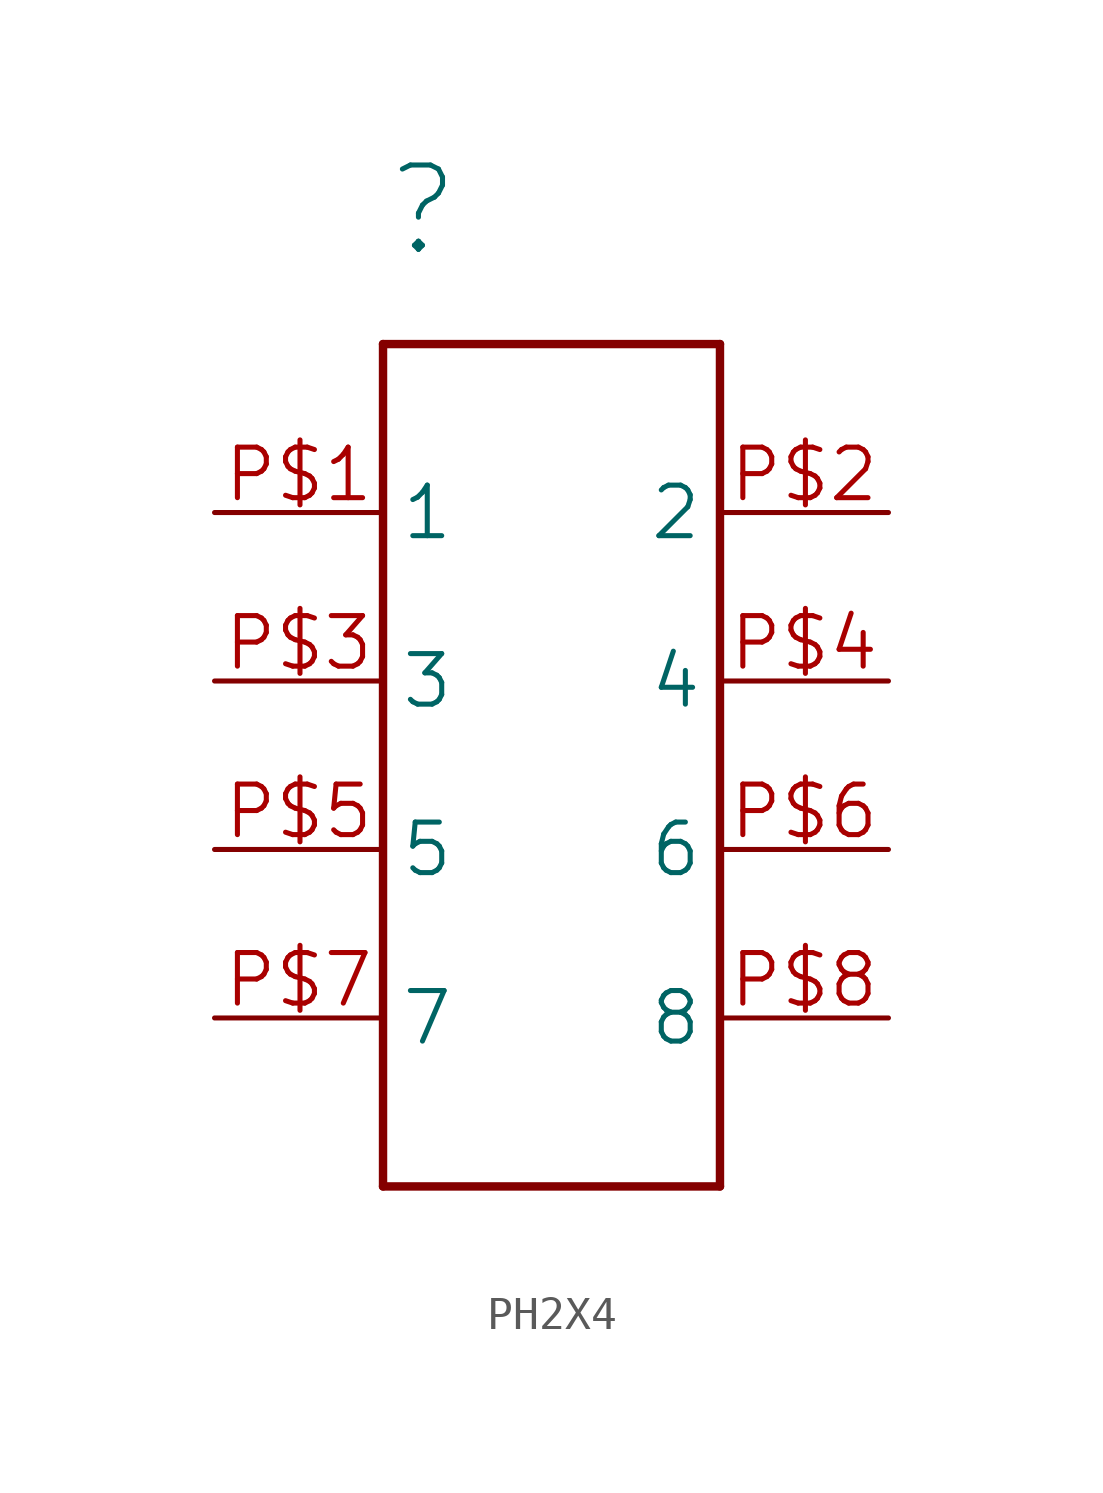
<source format=kicad_sym>
(kicad_symbol_lib
  (version 20241209)
  (generator "kicad_symbol_editor")
  (generator_version "9.0")
  (symbol "PH2X4"
    (property "Reference" ""
      (at -5.08 2.54 0)
      (effects (font (size 2.54 2.54)) (justify left bottom)))
    (property "ki_locked" ""
      (at 0 0 0)
      (effects (font (size 1.27 1.27))))
    (symbol "PH2X4_1_0"
      (polyline (pts (xy -5.08 0) (xy -5.08 -25.4)) (stroke (width 0.254) (type solid)) (fill (type none)))
      (polyline (pts (xy -5.08 -25.4) (xy 5.08 -25.4)) (stroke (width 0.254) (type solid)) (fill (type none)))
      (polyline (pts (xy 5.08 0) (xy -5.08 0)) (stroke (width 0.254) (type solid)) (fill (type none)))
      (polyline (pts (xy 5.08 -25.4) (xy 5.08 0)) (stroke (width 0.254) (type solid)) (fill (type none)))
      (pin bidirectional line (at -10.16 -5.08 0) (length 5.08) (name "1" (effects (font (size 1.524 1.524)))) (number "P$1" (effects (font (size 1.524 1.524)))))
      (pin bidirectional line (at -10.16 -10.16 0) (length 5.08) (name "3" (effects (font (size 1.524 1.524)))) (number "P$3" (effects (font (size 1.524 1.524)))))
      (pin bidirectional line (at -10.16 -15.24 0) (length 5.08) (name "5" (effects (font (size 1.524 1.524)))) (number "P$5" (effects (font (size 1.524 1.524)))))
      (pin bidirectional line (at -10.16 -20.32 0) (length 5.08) (name "7" (effects (font (size 1.524 1.524)))) (number "P$7" (effects (font (size 1.524 1.524)))))
      (pin bidirectional line (at 10.16 -5.08 180) (length 5.08) (name "2" (effects (font (size 1.524 1.524)))) (number "P$2" (effects (font (size 1.524 1.524)))))
      (pin bidirectional line (at 10.16 -10.16 180) (length 5.08) (name "4" (effects (font (size 1.524 1.524)))) (number "P$4" (effects (font (size 1.524 1.524)))))
      (pin bidirectional line (at 10.16 -15.24 180) (length 5.08) (name "6" (effects (font (size 1.524 1.524)))) (number "P$6" (effects (font (size 1.524 1.524)))))
      (pin bidirectional line (at 10.16 -20.32 180) (length 5.08) (name "8" (effects (font (size 1.524 1.524)))) (number "P$8" (effects (font (size 1.524 1.524))))))))
</source>
